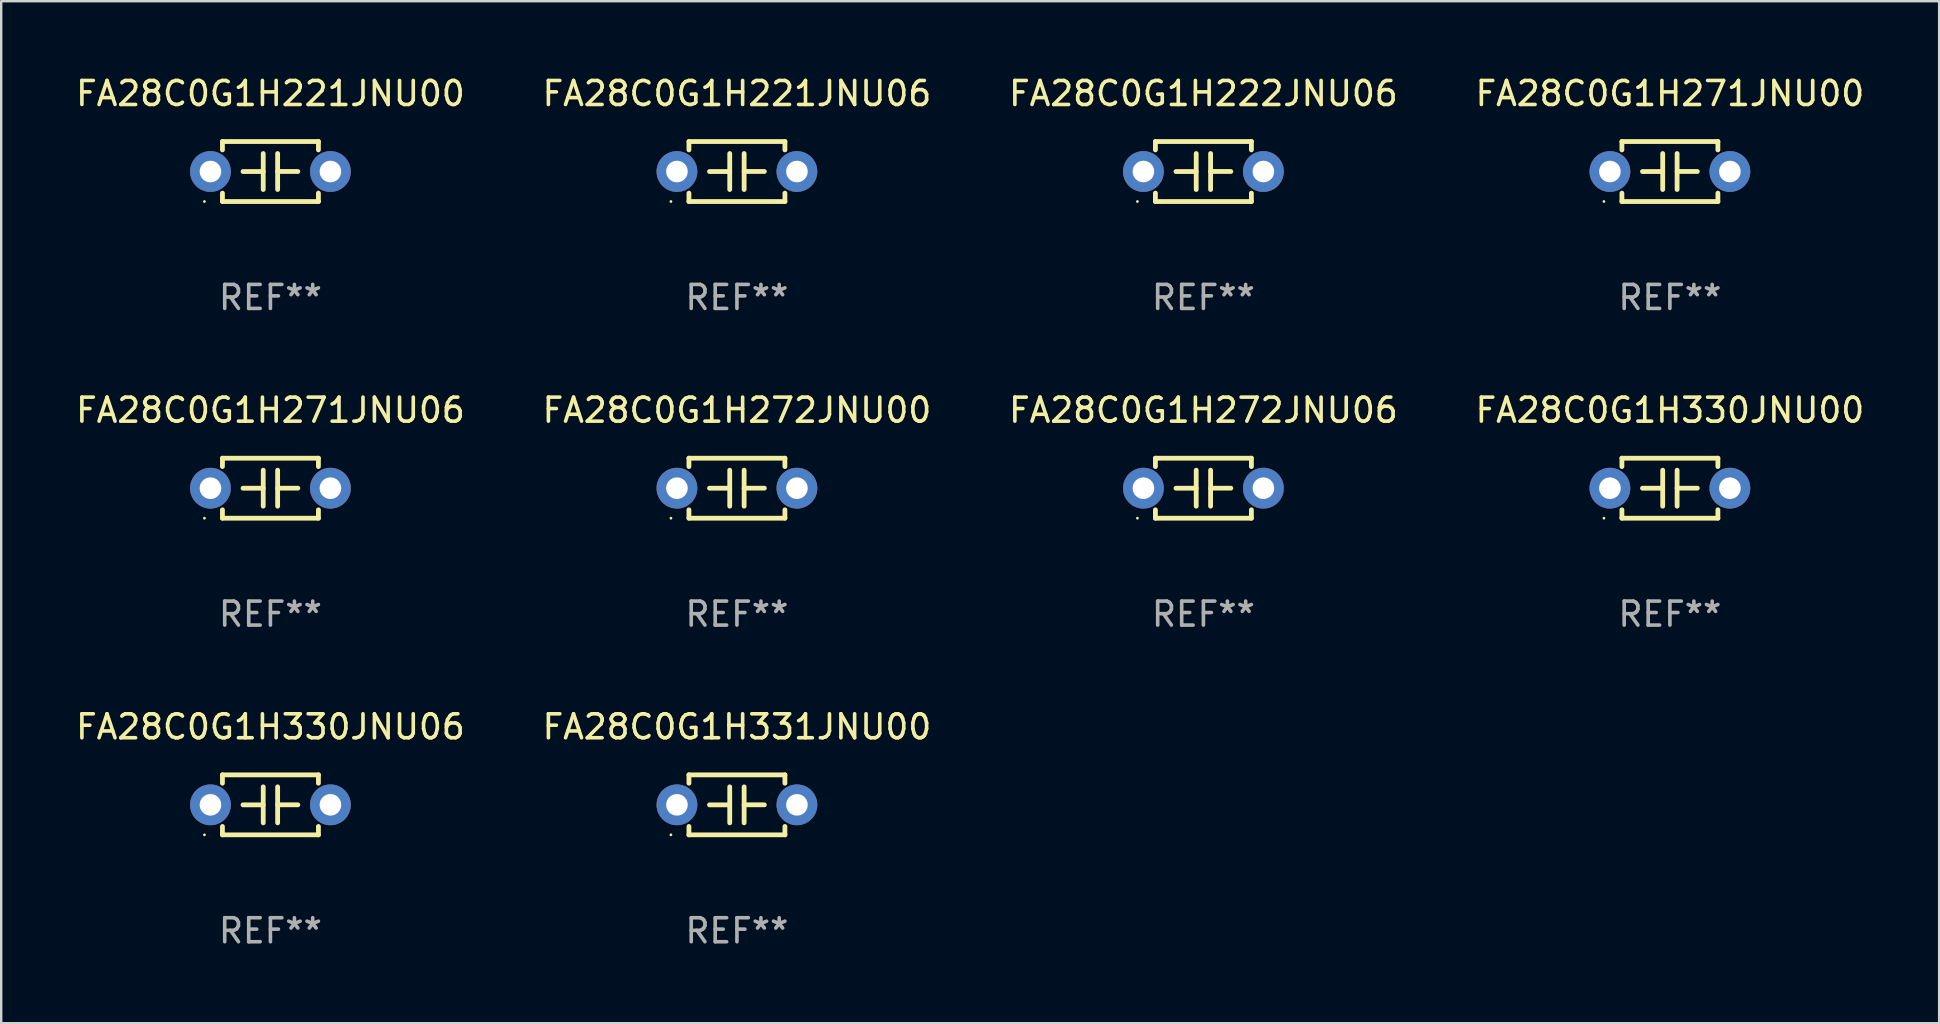
<source format=kicad_pcb>
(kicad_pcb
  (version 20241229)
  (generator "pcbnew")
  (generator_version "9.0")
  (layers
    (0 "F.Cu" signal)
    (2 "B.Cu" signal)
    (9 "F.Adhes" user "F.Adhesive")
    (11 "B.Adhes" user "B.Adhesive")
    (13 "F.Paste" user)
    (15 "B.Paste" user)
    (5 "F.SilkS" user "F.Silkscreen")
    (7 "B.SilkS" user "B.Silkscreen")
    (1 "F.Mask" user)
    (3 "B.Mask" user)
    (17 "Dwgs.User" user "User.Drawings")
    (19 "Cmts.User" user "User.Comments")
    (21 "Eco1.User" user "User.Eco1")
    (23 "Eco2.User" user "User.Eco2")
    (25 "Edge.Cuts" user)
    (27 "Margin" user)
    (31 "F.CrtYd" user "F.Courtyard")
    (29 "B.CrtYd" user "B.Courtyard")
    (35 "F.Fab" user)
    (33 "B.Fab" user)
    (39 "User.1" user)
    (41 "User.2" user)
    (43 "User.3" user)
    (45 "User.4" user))
  (footprint "FA28C0G1H330JNU00"
    (layer "F.Cu")
    (at 66.542 17.295)
    (property "Reference" "FA28C0G1H330JNU00" (at 0 -3.25 0) (layer "F.SilkS") (effects (font (size 1 1) (thickness 0.15))))
    (attr through_hole)
    (fp_line (start -2 -1.25) (end -2 -0.901) (stroke (width 0.2) (type solid)) (layer "F.SilkS"))
    (fp_line (start -2 -1.25) (end 2 -1.25) (stroke (width 0.2) (type solid)) (layer "F.SilkS"))
    (fp_line (start -2 0.901) (end -2 1.25) (stroke (width 0.2) (type solid)) (layer "F.SilkS"))
    (fp_line (start -0.3 -0.75) (end -0.3 0.75) (stroke (width 0.2) (type solid)) (layer "F.SilkS"))
    (fp_line (start -0.3 0.001) (end -1.143 0.001) (stroke (width 0.2) (type solid)) (layer "F.SilkS"))
    (fp_line (start 0.3 -0.001) (end 1.143 -0.001) (stroke (width 0.2) (type solid)) (layer "F.SilkS"))
    (fp_line (start 0.3 0.75) (end 0.3 -0.75) (stroke (width 0.2) (type solid)) (layer "F.SilkS"))
    (fp_line (start 2 -1.25) (end 2 -0.901) (stroke (width 0.2) (type solid)) (layer "F.SilkS"))
    (fp_line (start 2 0.901) (end 2 1.25) (stroke (width 0.2) (type solid)) (layer "F.SilkS"))
    (fp_line (start 2 1.25) (end -2 1.25) (stroke (width 0.2) (type solid)) (layer "F.SilkS"))
    (fp_circle (center -2.75 1.25) (end -2.72 1.25) (stroke (width 0.06) (type solid)) (fill no) (layer "F.SilkS"))
    (fp_text user "REF**" (at 0 5.25 0) (layer "F.Fab") (effects (font (size 1 1) (thickness 0.15))))
    (pad "1" thru_hole circle (at -2.5 0) (size 1.7 1.7) (drill 0.9) (layers "*.Cu" "*.Mask"))
    (pad "2" thru_hole circle (at 2.5 0) (size 1.7 1.7) (drill 0.9) (layers "*.Cu" "*.Mask")))
  (footprint "FA28C0G1H221JNU06"
    (layer "F.Cu")
    (at 27.661 4.098)
    (property "Reference" "FA28C0G1H221JNU06" (at 0 -3.25 0) (layer "F.SilkS") (effects (font (size 1 1) (thickness 0.15))))
    (attr through_hole)
    (fp_line (start -2 -1.25) (end -2 -0.901) (stroke (width 0.2) (type solid)) (layer "F.SilkS"))
    (fp_line (start -2 -1.25) (end 2 -1.25) (stroke (width 0.2) (type solid)) (layer "F.SilkS"))
    (fp_line (start -2 0.901) (end -2 1.25) (stroke (width 0.2) (type solid)) (layer "F.SilkS"))
    (fp_line (start -0.3 -0.75) (end -0.3 0.75) (stroke (width 0.2) (type solid)) (layer "F.SilkS"))
    (fp_line (start -0.3 0.001) (end -1.143 0.001) (stroke (width 0.2) (type solid)) (layer "F.SilkS"))
    (fp_line (start 0.3 -0.001) (end 1.143 -0.001) (stroke (width 0.2) (type solid)) (layer "F.SilkS"))
    (fp_line (start 0.3 0.75) (end 0.3 -0.75) (stroke (width 0.2) (type solid)) (layer "F.SilkS"))
    (fp_line (start 2 -1.25) (end 2 -0.901) (stroke (width 0.2) (type solid)) (layer "F.SilkS"))
    (fp_line (start 2 0.901) (end 2 1.25) (stroke (width 0.2) (type solid)) (layer "F.SilkS"))
    (fp_line (start 2 1.25) (end -2 1.25) (stroke (width 0.2) (type solid)) (layer "F.SilkS"))
    (fp_circle (center -2.75 1.25) (end -2.72 1.25) (stroke (width 0.06) (type solid)) (fill no) (layer "F.SilkS"))
    (fp_text user "REF**" (at 0 5.25 0) (layer "F.Fab") (effects (font (size 1 1) (thickness 0.15))))
    (pad "1" thru_hole circle (at -2.5 0) (size 1.7 1.7) (drill 0.9) (layers "*.Cu" "*.Mask"))
    (pad "2" thru_hole circle (at 2.5 0) (size 1.7 1.7) (drill 0.9) (layers "*.Cu" "*.Mask")))
  (footprint "FA28C0G1H272JNU00"
    (layer "F.Cu")
    (at 27.661 17.295)
    (property "Reference" "FA28C0G1H272JNU00" (at 0 -3.25 0) (layer "F.SilkS") (effects (font (size 1 1) (thickness 0.15))))
    (attr through_hole)
    (fp_line (start -2 -1.25) (end -2 -0.901) (stroke (width 0.2) (type solid)) (layer "F.SilkS"))
    (fp_line (start -2 -1.25) (end 2 -1.25) (stroke (width 0.2) (type solid)) (layer "F.SilkS"))
    (fp_line (start -2 0.901) (end -2 1.25) (stroke (width 0.2) (type solid)) (layer "F.SilkS"))
    (fp_line (start -0.3 -0.75) (end -0.3 0.75) (stroke (width 0.2) (type solid)) (layer "F.SilkS"))
    (fp_line (start -0.3 0.001) (end -1.143 0.001) (stroke (width 0.2) (type solid)) (layer "F.SilkS"))
    (fp_line (start 0.3 -0.001) (end 1.143 -0.001) (stroke (width 0.2) (type solid)) (layer "F.SilkS"))
    (fp_line (start 0.3 0.75) (end 0.3 -0.75) (stroke (width 0.2) (type solid)) (layer "F.SilkS"))
    (fp_line (start 2 -1.25) (end 2 -0.901) (stroke (width 0.2) (type solid)) (layer "F.SilkS"))
    (fp_line (start 2 0.901) (end 2 1.25) (stroke (width 0.2) (type solid)) (layer "F.SilkS"))
    (fp_line (start 2 1.25) (end -2 1.25) (stroke (width 0.2) (type solid)) (layer "F.SilkS"))
    (fp_circle (center -2.75 1.25) (end -2.72 1.25) (stroke (width 0.06) (type solid)) (fill no) (layer "F.SilkS"))
    (fp_text user "REF**" (at 0 5.25 0) (layer "F.Fab") (effects (font (size 1 1) (thickness 0.15))))
    (pad "1" thru_hole circle (at -2.5 0) (size 1.7 1.7) (drill 0.9) (layers "*.Cu" "*.Mask"))
    (pad "2" thru_hole circle (at 2.5 0) (size 1.7 1.7) (drill 0.9) (layers "*.Cu" "*.Mask")))
  (footprint "FA28C0G1H331JNU00"
    (layer "F.Cu")
    (at 27.661 30.491)
    (property "Reference" "FA28C0G1H331JNU00" (at 0 -3.25 0) (layer "F.SilkS") (effects (font (size 1 1) (thickness 0.15))))
    (attr through_hole)
    (fp_line (start -2 -1.25) (end -2 -0.901) (stroke (width 0.2) (type solid)) (layer "F.SilkS"))
    (fp_line (start -2 -1.25) (end 2 -1.25) (stroke (width 0.2) (type solid)) (layer "F.SilkS"))
    (fp_line (start -2 0.901) (end -2 1.25) (stroke (width 0.2) (type solid)) (layer "F.SilkS"))
    (fp_line (start -0.3 -0.75) (end -0.3 0.75) (stroke (width 0.2) (type solid)) (layer "F.SilkS"))
    (fp_line (start -0.3 0.001) (end -1.143 0.001) (stroke (width 0.2) (type solid)) (layer "F.SilkS"))
    (fp_line (start 0.3 -0.001) (end 1.143 -0.001) (stroke (width 0.2) (type solid)) (layer "F.SilkS"))
    (fp_line (start 0.3 0.75) (end 0.3 -0.75) (stroke (width 0.2) (type solid)) (layer "F.SilkS"))
    (fp_line (start 2 -1.25) (end 2 -0.901) (stroke (width 0.2) (type solid)) (layer "F.SilkS"))
    (fp_line (start 2 0.901) (end 2 1.25) (stroke (width 0.2) (type solid)) (layer "F.SilkS"))
    (fp_line (start 2 1.25) (end -2 1.25) (stroke (width 0.2) (type solid)) (layer "F.SilkS"))
    (fp_circle (center -2.75 1.25) (end -2.72 1.25) (stroke (width 0.06) (type solid)) (fill no) (layer "F.SilkS"))
    (fp_text user "REF**" (at 0 5.25 0) (layer "F.Fab") (effects (font (size 1 1) (thickness 0.15))))
    (pad "1" thru_hole circle (at -2.5 0) (size 1.7 1.7) (drill 0.9) (layers "*.Cu" "*.Mask"))
    (pad "2" thru_hole circle (at 2.5 0) (size 1.7 1.7) (drill 0.9) (layers "*.Cu" "*.Mask")))
  (footprint "FA28C0G1H222JNU06"
    (layer "F.Cu")
    (at 47.101 4.098)
    (property "Reference" "FA28C0G1H222JNU06" (at 0 -3.25 0) (layer "F.SilkS") (effects (font (size 1 1) (thickness 0.15))))
    (attr through_hole)
    (fp_line (start -2 -1.25) (end -2 -0.901) (stroke (width 0.2) (type solid)) (layer "F.SilkS"))
    (fp_line (start -2 -1.25) (end 2 -1.25) (stroke (width 0.2) (type solid)) (layer "F.SilkS"))
    (fp_line (start -2 0.901) (end -2 1.25) (stroke (width 0.2) (type solid)) (layer "F.SilkS"))
    (fp_line (start -0.3 -0.75) (end -0.3 0.75) (stroke (width 0.2) (type solid)) (layer "F.SilkS"))
    (fp_line (start -0.3 0.001) (end -1.143 0.001) (stroke (width 0.2) (type solid)) (layer "F.SilkS"))
    (fp_line (start 0.3 -0.001) (end 1.143 -0.001) (stroke (width 0.2) (type solid)) (layer "F.SilkS"))
    (fp_line (start 0.3 0.75) (end 0.3 -0.75) (stroke (width 0.2) (type solid)) (layer "F.SilkS"))
    (fp_line (start 2 -1.25) (end 2 -0.901) (stroke (width 0.2) (type solid)) (layer "F.SilkS"))
    (fp_line (start 2 0.901) (end 2 1.25) (stroke (width 0.2) (type solid)) (layer "F.SilkS"))
    (fp_line (start 2 1.25) (end -2 1.25) (stroke (width 0.2) (type solid)) (layer "F.SilkS"))
    (fp_circle (center -2.75 1.25) (end -2.72 1.25) (stroke (width 0.06) (type solid)) (fill no) (layer "F.SilkS"))
    (fp_text user "REF**" (at 0 5.25 0) (layer "F.Fab") (effects (font (size 1 1) (thickness 0.15))))
    (pad "1" thru_hole circle (at -2.5 0) (size 1.7 1.7) (drill 0.9) (layers "*.Cu" "*.Mask"))
    (pad "2" thru_hole circle (at 2.5 0) (size 1.7 1.7) (drill 0.9) (layers "*.Cu" "*.Mask")))
  (footprint "FA28C0G1H271JNU00"
    (layer "F.Cu")
    (at 66.542 4.098)
    (property "Reference" "FA28C0G1H271JNU00" (at 0 -3.25 0) (layer "F.SilkS") (effects (font (size 1 1) (thickness 0.15))))
    (attr through_hole)
    (fp_line (start -2 -1.25) (end -2 -0.901) (stroke (width 0.2) (type solid)) (layer "F.SilkS"))
    (fp_line (start -2 -1.25) (end 2 -1.25) (stroke (width 0.2) (type solid)) (layer "F.SilkS"))
    (fp_line (start -2 0.901) (end -2 1.25) (stroke (width 0.2) (type solid)) (layer "F.SilkS"))
    (fp_line (start -0.3 -0.75) (end -0.3 0.75) (stroke (width 0.2) (type solid)) (layer "F.SilkS"))
    (fp_line (start -0.3 0.001) (end -1.143 0.001) (stroke (width 0.2) (type solid)) (layer "F.SilkS"))
    (fp_line (start 0.3 -0.001) (end 1.143 -0.001) (stroke (width 0.2) (type solid)) (layer "F.SilkS"))
    (fp_line (start 0.3 0.75) (end 0.3 -0.75) (stroke (width 0.2) (type solid)) (layer "F.SilkS"))
    (fp_line (start 2 -1.25) (end 2 -0.901) (stroke (width 0.2) (type solid)) (layer "F.SilkS"))
    (fp_line (start 2 0.901) (end 2 1.25) (stroke (width 0.2) (type solid)) (layer "F.SilkS"))
    (fp_line (start 2 1.25) (end -2 1.25) (stroke (width 0.2) (type solid)) (layer "F.SilkS"))
    (fp_circle (center -2.75 1.25) (end -2.72 1.25) (stroke (width 0.06) (type solid)) (fill no) (layer "F.SilkS"))
    (fp_text user "REF**" (at 0 5.25 0) (layer "F.Fab") (effects (font (size 1 1) (thickness 0.15))))
    (pad "1" thru_hole circle (at -2.5 0) (size 1.7 1.7) (drill 0.9) (layers "*.Cu" "*.Mask"))
    (pad "2" thru_hole circle (at 2.5 0) (size 1.7 1.7) (drill 0.9) (layers "*.Cu" "*.Mask")))
  (footprint "FA28C0G1H330JNU06"
    (layer "F.Cu")
    (at 8.22 30.491)
    (property "Reference" "FA28C0G1H330JNU06" (at 0 -3.25 0) (layer "F.SilkS") (effects (font (size 1 1) (thickness 0.15))))
    (attr through_hole)
    (fp_line (start -2 -1.25) (end -2 -0.901) (stroke (width 0.2) (type solid)) (layer "F.SilkS"))
    (fp_line (start -2 -1.25) (end 2 -1.25) (stroke (width 0.2) (type solid)) (layer "F.SilkS"))
    (fp_line (start -2 0.901) (end -2 1.25) (stroke (width 0.2) (type solid)) (layer "F.SilkS"))
    (fp_line (start -0.3 -0.75) (end -0.3 0.75) (stroke (width 0.2) (type solid)) (layer "F.SilkS"))
    (fp_line (start -0.3 0.001) (end -1.143 0.001) (stroke (width 0.2) (type solid)) (layer "F.SilkS"))
    (fp_line (start 0.3 -0.001) (end 1.143 -0.001) (stroke (width 0.2) (type solid)) (layer "F.SilkS"))
    (fp_line (start 0.3 0.75) (end 0.3 -0.75) (stroke (width 0.2) (type solid)) (layer "F.SilkS"))
    (fp_line (start 2 -1.25) (end 2 -0.901) (stroke (width 0.2) (type solid)) (layer "F.SilkS"))
    (fp_line (start 2 0.901) (end 2 1.25) (stroke (width 0.2) (type solid)) (layer "F.SilkS"))
    (fp_line (start 2 1.25) (end -2 1.25) (stroke (width 0.2) (type solid)) (layer "F.SilkS"))
    (fp_circle (center -2.75 1.25) (end -2.72 1.25) (stroke (width 0.06) (type solid)) (fill no) (layer "F.SilkS"))
    (fp_text user "REF**" (at 0 5.25 0) (layer "F.Fab") (effects (font (size 1 1) (thickness 0.15))))
    (pad "1" thru_hole circle (at -2.5 0) (size 1.7 1.7) (drill 0.9) (layers "*.Cu" "*.Mask"))
    (pad "2" thru_hole circle (at 2.5 0) (size 1.7 1.7) (drill 0.9) (layers "*.Cu" "*.Mask")))
  (footprint "FA28C0G1H271JNU06"
    (layer "F.Cu")
    (at 8.22 17.295)
    (property "Reference" "FA28C0G1H271JNU06" (at 0 -3.25 0) (layer "F.SilkS") (effects (font (size 1 1) (thickness 0.15))))
    (attr through_hole)
    (fp_line (start -2 -1.25) (end -2 -0.901) (stroke (width 0.2) (type solid)) (layer "F.SilkS"))
    (fp_line (start -2 -1.25) (end 2 -1.25) (stroke (width 0.2) (type solid)) (layer "F.SilkS"))
    (fp_line (start -2 0.901) (end -2 1.25) (stroke (width 0.2) (type solid)) (layer "F.SilkS"))
    (fp_line (start -0.3 -0.75) (end -0.3 0.75) (stroke (width 0.2) (type solid)) (layer "F.SilkS"))
    (fp_line (start -0.3 0.001) (end -1.143 0.001) (stroke (width 0.2) (type solid)) (layer "F.SilkS"))
    (fp_line (start 0.3 -0.001) (end 1.143 -0.001) (stroke (width 0.2) (type solid)) (layer "F.SilkS"))
    (fp_line (start 0.3 0.75) (end 0.3 -0.75) (stroke (width 0.2) (type solid)) (layer "F.SilkS"))
    (fp_line (start 2 -1.25) (end 2 -0.901) (stroke (width 0.2) (type solid)) (layer "F.SilkS"))
    (fp_line (start 2 0.901) (end 2 1.25) (stroke (width 0.2) (type solid)) (layer "F.SilkS"))
    (fp_line (start 2 1.25) (end -2 1.25) (stroke (width 0.2) (type solid)) (layer "F.SilkS"))
    (fp_circle (center -2.75 1.25) (end -2.72 1.25) (stroke (width 0.06) (type solid)) (fill no) (layer "F.SilkS"))
    (fp_text user "REF**" (at 0 5.25 0) (layer "F.Fab") (effects (font (size 1 1) (thickness 0.15))))
    (pad "1" thru_hole circle (at -2.5 0) (size 1.7 1.7) (drill 0.9) (layers "*.Cu" "*.Mask"))
    (pad "2" thru_hole circle (at 2.5 0) (size 1.7 1.7) (drill 0.9) (layers "*.Cu" "*.Mask")))
  (footprint "FA28C0G1H221JNU00"
    (layer "F.Cu")
    (at 8.22 4.098)
    (property "Reference" "FA28C0G1H221JNU00" (at 0 -3.25 0) (layer "F.SilkS") (effects (font (size 1 1) (thickness 0.15))))
    (attr through_hole)
    (fp_line (start -2 -1.25) (end -2 -0.901) (stroke (width 0.2) (type solid)) (layer "F.SilkS"))
    (fp_line (start -2 -1.25) (end 2 -1.25) (stroke (width 0.2) (type solid)) (layer "F.SilkS"))
    (fp_line (start -2 0.901) (end -2 1.25) (stroke (width 0.2) (type solid)) (layer "F.SilkS"))
    (fp_line (start -0.3 -0.75) (end -0.3 0.75) (stroke (width 0.2) (type solid)) (layer "F.SilkS"))
    (fp_line (start -0.3 0.001) (end -1.143 0.001) (stroke (width 0.2) (type solid)) (layer "F.SilkS"))
    (fp_line (start 0.3 -0.001) (end 1.143 -0.001) (stroke (width 0.2) (type solid)) (layer "F.SilkS"))
    (fp_line (start 0.3 0.75) (end 0.3 -0.75) (stroke (width 0.2) (type solid)) (layer "F.SilkS"))
    (fp_line (start 2 -1.25) (end 2 -0.901) (stroke (width 0.2) (type solid)) (layer "F.SilkS"))
    (fp_line (start 2 0.901) (end 2 1.25) (stroke (width 0.2) (type solid)) (layer "F.SilkS"))
    (fp_line (start 2 1.25) (end -2 1.25) (stroke (width 0.2) (type solid)) (layer "F.SilkS"))
    (fp_circle (center -2.75 1.25) (end -2.72 1.25) (stroke (width 0.06) (type solid)) (fill no) (layer "F.SilkS"))
    (fp_text user "REF**" (at 0 5.25 0) (layer "F.Fab") (effects (font (size 1 1) (thickness 0.15))))
    (pad "1" thru_hole circle (at -2.5 0) (size 1.7 1.7) (drill 0.9) (layers "*.Cu" "*.Mask"))
    (pad "2" thru_hole circle (at 2.5 0) (size 1.7 1.7) (drill 0.9) (layers "*.Cu" "*.Mask")))
  (footprint "FA28C0G1H272JNU06"
    (layer "F.Cu")
    (at 47.101 17.295)
    (property "Reference" "FA28C0G1H272JNU06" (at 0 -3.25 0) (layer "F.SilkS") (effects (font (size 1 1) (thickness 0.15))))
    (attr through_hole)
    (fp_line (start -2 -1.25) (end -2 -0.901) (stroke (width 0.2) (type solid)) (layer "F.SilkS"))
    (fp_line (start -2 -1.25) (end 2 -1.25) (stroke (width 0.2) (type solid)) (layer "F.SilkS"))
    (fp_line (start -2 0.901) (end -2 1.25) (stroke (width 0.2) (type solid)) (layer "F.SilkS"))
    (fp_line (start -0.3 -0.75) (end -0.3 0.75) (stroke (width 0.2) (type solid)) (layer "F.SilkS"))
    (fp_line (start -0.3 0.001) (end -1.143 0.001) (stroke (width 0.2) (type solid)) (layer "F.SilkS"))
    (fp_line (start 0.3 -0.001) (end 1.143 -0.001) (stroke (width 0.2) (type solid)) (layer "F.SilkS"))
    (fp_line (start 0.3 0.75) (end 0.3 -0.75) (stroke (width 0.2) (type solid)) (layer "F.SilkS"))
    (fp_line (start 2 -1.25) (end 2 -0.901) (stroke (width 0.2) (type solid)) (layer "F.SilkS"))
    (fp_line (start 2 0.901) (end 2 1.25) (stroke (width 0.2) (type solid)) (layer "F.SilkS"))
    (fp_line (start 2 1.25) (end -2 1.25) (stroke (width 0.2) (type solid)) (layer "F.SilkS"))
    (fp_circle (center -2.75 1.25) (end -2.72 1.25) (stroke (width 0.06) (type solid)) (fill no) (layer "F.SilkS"))
    (fp_text user "REF**" (at 0 5.25 0) (layer "F.Fab") (effects (font (size 1 1) (thickness 0.15))))
    (pad "1" thru_hole circle (at -2.5 0) (size 1.7 1.7) (drill 0.9) (layers "*.Cu" "*.Mask"))
    (pad "2" thru_hole circle (at 2.5 0) (size 1.7 1.7) (drill 0.9) (layers "*.Cu" "*.Mask")))
  (gr_rect
    (start -3 -3)
    (end 77.762 39.59)
    (stroke (width 0.1) (type default))
    (fill no)
    (layer "Edge.Cuts")))
</source>
